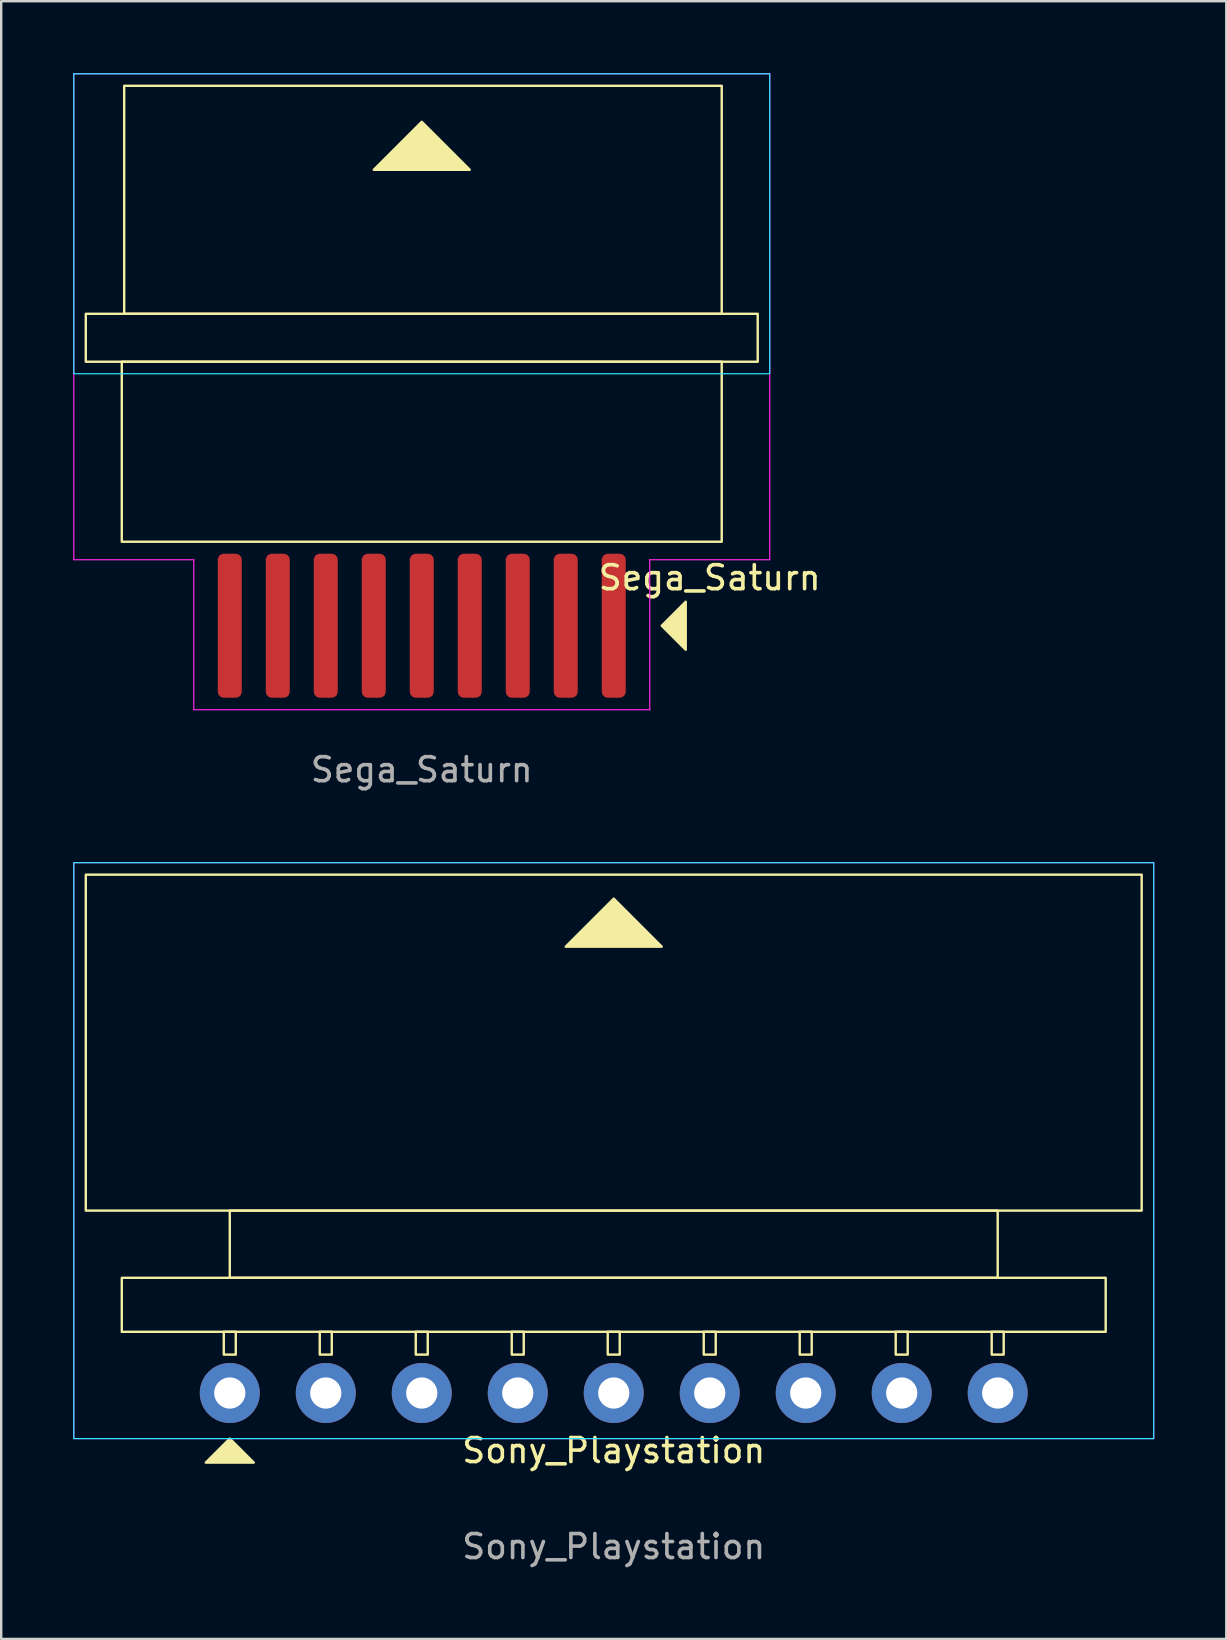
<source format=kicad_pcb>
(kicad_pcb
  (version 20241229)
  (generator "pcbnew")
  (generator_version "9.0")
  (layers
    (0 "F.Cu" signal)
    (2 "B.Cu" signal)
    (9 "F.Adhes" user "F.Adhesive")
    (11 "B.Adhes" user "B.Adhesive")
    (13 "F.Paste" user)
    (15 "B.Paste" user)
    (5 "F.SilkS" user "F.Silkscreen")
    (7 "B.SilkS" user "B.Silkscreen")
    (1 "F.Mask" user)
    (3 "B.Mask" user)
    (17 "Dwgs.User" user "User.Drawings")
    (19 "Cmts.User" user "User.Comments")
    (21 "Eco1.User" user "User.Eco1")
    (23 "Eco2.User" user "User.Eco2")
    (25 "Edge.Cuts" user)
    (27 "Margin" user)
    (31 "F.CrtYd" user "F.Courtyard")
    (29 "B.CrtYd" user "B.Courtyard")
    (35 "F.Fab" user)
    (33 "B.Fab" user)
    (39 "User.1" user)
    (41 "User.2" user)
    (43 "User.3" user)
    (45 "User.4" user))
  (footprint "Sony_Playstation"
    (layer "F.Cu")
    (at 22.525 47.398)
    (property "Reference" "Sony_Playstation" (at 0 10 0) (unlocked yes) (layer "F.SilkS") (effects (font (size 1 1) (thickness 0.15))))
    (attr through_hole)
    (fp_rect (start -20.5 2.8) (end 20.5 5.05) (stroke (width 0.1) (type default)) (fill no) (layer "F.SilkS"))
    (fp_rect (start -16.25 5.05) (end -15.75 6) (stroke (width 0.1) (type default)) (fill no) (layer "F.SilkS"))
    (fp_rect (start -16 0) (end 16 2.8) (stroke (width 0.1) (type default)) (fill no) (layer "F.SilkS"))
    (fp_rect (start -12.25 5.05) (end -11.75 6) (stroke (width 0.1) (type default)) (fill no) (layer "F.SilkS"))
    (fp_rect (start -8.25 5.05) (end -7.75 6) (stroke (width 0.1) (type default)) (fill no) (layer "F.SilkS"))
    (fp_rect (start -4.25 5.05) (end -3.75 6) (stroke (width 0.1) (type default)) (fill no) (layer "F.SilkS"))
    (fp_rect (start -0.25 5.05) (end 0.25 6) (stroke (width 0.1) (type default)) (fill no) (layer "F.SilkS"))
    (fp_rect (start 3.75 5.05) (end 4.25 6) (stroke (width 0.1) (type default)) (fill no) (layer "F.SilkS"))
    (fp_rect (start 7.75 5.05) (end 8.25 6) (stroke (width 0.1) (type default)) (fill no) (layer "F.SilkS"))
    (fp_rect (start 11.75 5.05) (end 12.25 6) (stroke (width 0.1) (type default)) (fill no) (layer "F.SilkS"))
    (fp_rect (start 15.75 5.05) (end 16.25 6) (stroke (width 0.1) (type default)) (fill no) (layer "F.SilkS"))
    (fp_rect (start 22 0) (end -22 -14) (stroke (width 0.1) (type default)) (fill no) (layer "F.SilkS"))
    (fp_poly (pts (xy -16 9.5) (xy -17 10.5) (xy -15 10.5)) (stroke (width 0.1) (type solid)) (fill yes) (layer "F.SilkS"))
    (fp_poly (pts (xy 0 -13) (xy -2 -11) (xy 2 -11)) (stroke (width 0.1) (type solid)) (fill yes) (layer "F.SilkS"))
    (fp_rect (start 22.5 9.5) (end -22.5 -14.5) (stroke (width 0.05) (type default)) (fill no) (layer "B.CrtYd"))
    (fp_rect (start 22.5 -14.5) (end -22.5 9.5) (stroke (width 0.05) (type default)) (fill no) (layer "F.CrtYd"))
    (fp_text user "${REFERENCE}" (at 0 14 0) (unlocked yes) (layer "F.Fab") (effects (font (size 1 1) (thickness 0.15))))
    (pad "1" thru_hole circle (at -16 7.6) (size 2.5 2.5) (drill 1.3) (layers "*.Cu" "*.Mask"))
    (pad "2" thru_hole circle (at -12 7.6) (size 2.5 2.5) (drill 1.3) (layers "*.Cu" "*.Mask"))
    (pad "3" thru_hole circle (at -8 7.6) (size 2.5 2.5) (drill 1.3) (layers "*.Cu" "*.Mask"))
    (pad "4" thru_hole circle (at -4 7.6) (size 2.5 2.5) (drill 1.3) (layers "*.Cu" "*.Mask"))
    (pad "5" thru_hole circle (at 0 7.6) (size 2.5 2.5) (drill 1.3) (layers "*.Cu" "*.Mask"))
    (pad "6" thru_hole circle (at 4 7.6) (size 2.5 2.5) (drill 1.3) (layers "*.Cu" "*.Mask"))
    (pad "7" thru_hole circle (at 8 7.6) (size 2.5 2.5) (drill 1.3) (layers "*.Cu" "*.Mask"))
    (pad "8" thru_hole circle (at 12 7.6) (size 2.5 2.5) (drill 1.3) (layers "*.Cu" "*.Mask"))
    (pad "9" thru_hole circle (at 16 7.6) (size 2.5 2.5) (drill 1.3) (layers "*.Cu" "*.Mask")))
  (footprint "Sega_Saturn"
    (layer "F.Cu")
    (at 14.525 12.025)
    (property "Reference" "Sega_Saturn" (at 12 9 0) (unlocked yes) (layer "F.SilkS") (effects (font (size 1 1) (thickness 0.15))))
    (attr smd)
    (fp_rect (start -14 -2) (end 14 0) (stroke (width 0.1) (type default)) (fill no) (layer "F.SilkS"))
    (fp_rect (start -12.5 0) (end 12.5 7.5) (stroke (width 0.1) (type default)) (fill no) (layer "F.SilkS"))
    (fp_rect (start -12.4 -11.5) (end 12.5 -2) (stroke (width 0.1) (type default)) (fill no) (layer "F.SilkS"))
    (fp_poly (pts (xy 0 -10) (xy -2 -8) (xy 2 -8)) (stroke (width 0.1) (type solid)) (fill yes) (layer "F.SilkS"))
    (fp_poly (pts (xy 10 11) (xy 11 10) (xy 11 12)) (stroke (width 0.1) (type solid)) (fill yes) (layer "F.SilkS"))
    (fp_rect (start -14.5 -12) (end 14.5 0.5) (stroke (width 0.05) (type default)) (fill no) (layer "B.CrtYd"))
    (fp_line (start -14.5 -12) (end -14.5 8.25) (stroke (width 0.05) (type default)) (layer "F.CrtYd"))
    (fp_line (start -9.5 8.25) (end -14.5 8.25) (stroke (width 0.05) (type default)) (layer "F.CrtYd"))
    (fp_line (start -9.5 14.5) (end -9.5 8.25) (stroke (width 0.05) (type default)) (layer "F.CrtYd"))
    (fp_line (start -9.5 14.5) (end 9.5 14.5) (stroke (width 0.05) (type default)) (layer "F.CrtYd"))
    (fp_line (start 9.5 8.25) (end 14.5 8.25) (stroke (width 0.05) (type default)) (layer "F.CrtYd"))
    (fp_line (start 9.5 14.5) (end 9.5 8.25) (stroke (width 0.05) (type default)) (layer "F.CrtYd"))
    (fp_line (start 14.5 -12) (end -14.5 -12) (stroke (width 0.05) (type default)) (layer "F.CrtYd"))
    (fp_line (start 14.5 8.25) (end 14.5 -12) (stroke (width 0.05) (type default)) (layer "F.CrtYd"))
    (fp_text user "${REFERENCE}" (at 0 17 0) (unlocked yes) (layer "F.Fab") (effects (font (size 1 1) (thickness 0.15))))
    (pad "1" smd roundrect (at 8 11) (size 1 6) (layers "F.Cu" "F.Mask" "F.Paste") (roundrect_rratio 0.25))
    (pad "2" smd roundrect (at 6 11) (size 1 6) (layers "F.Cu" "F.Mask" "F.Paste") (roundrect_rratio 0.25))
    (pad "3" smd roundrect (at 4 11) (size 1 6) (layers "F.Cu" "F.Mask" "F.Paste") (roundrect_rratio 0.25))
    (pad "4" smd roundrect (at 2 11) (size 1 6) (layers "F.Cu" "F.Mask" "F.Paste") (roundrect_rratio 0.25))
    (pad "5" smd roundrect (at 0 11) (size 1 6) (layers "F.Cu" "F.Mask" "F.Paste") (roundrect_rratio 0.25))
    (pad "6" smd roundrect (at -2 11) (size 1 6) (layers "F.Cu" "F.Mask" "F.Paste") (roundrect_rratio 0.25))
    (pad "7" smd roundrect (at -4 11) (size 1 6) (layers "F.Cu" "F.Mask" "F.Paste") (roundrect_rratio 0.25))
    (pad "8" smd roundrect (at -6 11) (size 1 6) (layers "F.Cu" "F.Mask" "F.Paste") (roundrect_rratio 0.25))
    (pad "9" smd roundrect (at -8 11) (size 1 6) (layers "F.Cu" "F.Mask" "F.Paste") (roundrect_rratio 0.25)))
  (gr_rect
    (start -3 -3)
    (end 48.05 65.246)
    (stroke (width 0.1) (type default))
    (fill no)
    (layer "Edge.Cuts")))
</source>
